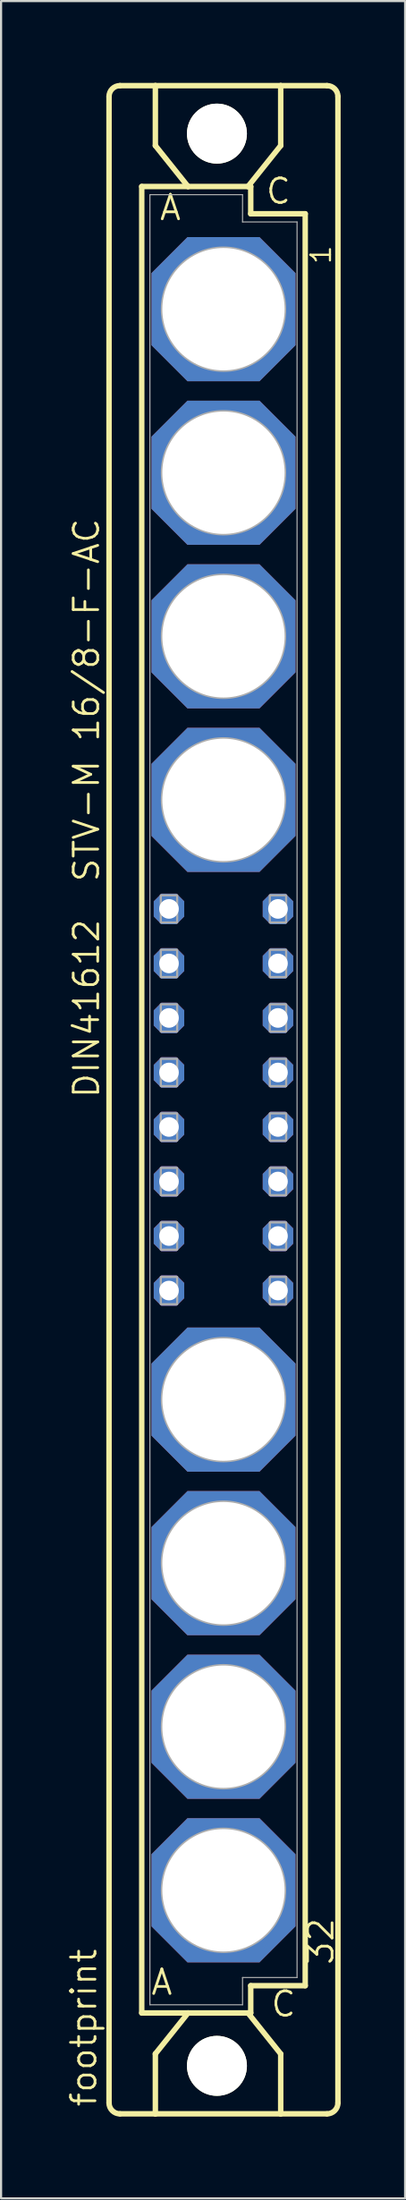
<source format=kicad_pcb>
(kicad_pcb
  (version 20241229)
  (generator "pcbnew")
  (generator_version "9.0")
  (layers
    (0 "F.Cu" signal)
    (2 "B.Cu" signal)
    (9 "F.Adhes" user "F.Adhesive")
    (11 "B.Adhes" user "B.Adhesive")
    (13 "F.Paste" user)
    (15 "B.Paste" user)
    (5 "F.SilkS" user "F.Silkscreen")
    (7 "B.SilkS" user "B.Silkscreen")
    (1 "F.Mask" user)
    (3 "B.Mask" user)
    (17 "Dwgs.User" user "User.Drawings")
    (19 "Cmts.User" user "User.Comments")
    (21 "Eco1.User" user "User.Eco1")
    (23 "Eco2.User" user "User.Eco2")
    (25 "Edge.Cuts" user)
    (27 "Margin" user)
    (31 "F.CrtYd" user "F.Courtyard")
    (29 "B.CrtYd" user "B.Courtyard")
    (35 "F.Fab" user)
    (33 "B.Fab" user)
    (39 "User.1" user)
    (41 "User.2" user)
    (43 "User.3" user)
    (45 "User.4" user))
  (footprint "footprint"
    (layer "F.Cu")
    (at 7.366 48.184)
    (property "Reference" "footprint" (at -5.842 46.99 90) (layer "F.SilkS") (effects (font (size 1.143 1.143) (thickness 0.127)) (justify left bottom)))
    (fp_line (start -5.334 46.736) (end -5.334 -46.736) (stroke (width 0.254) (type solid)) (layer "F.SilkS"))
    (fp_line (start -4.826 -47.244) (end -3.175 -47.244) (stroke (width 0.254) (type solid)) (layer "F.SilkS"))
    (fp_line (start -4.826 47.244) (end -3.175 47.244) (stroke (width 0.254) (type solid)) (layer "F.SilkS"))
    (fp_line (start -3.81 -42.545) (end -3.81 42.545) (stroke (width 0.254) (type solid)) (layer "F.SilkS"))
    (fp_line (start -3.81 42.545) (end -1.651 42.545) (stroke (width 0.254) (type solid)) (layer "F.SilkS"))
    (fp_line (start -3.175 -47.244) (end -3.175 -44.45) (stroke (width 0.254) (type solid)) (layer "F.SilkS"))
    (fp_line (start -3.175 47.244) (end -3.175 44.45) (stroke (width 0.254) (type solid)) (layer "F.SilkS"))
    (fp_line (start -3.175 47.244) (end 2.667 47.244) (stroke (width 0.254) (type solid)) (layer "F.SilkS"))
    (fp_line (start -1.651 -42.545) (end -3.81 -42.545) (stroke (width 0.254) (type solid)) (layer "F.SilkS"))
    (fp_line (start -1.651 -42.545) (end -3.175 -44.45) (stroke (width 0.254) (type solid)) (layer "F.SilkS"))
    (fp_line (start -1.651 42.545) (end -3.175 44.45) (stroke (width 0.254) (type solid)) (layer "F.SilkS"))
    (fp_line (start -1.651 42.545) (end 1.143 42.545) (stroke (width 0.254) (type solid)) (layer "F.SilkS"))
    (fp_line (start 1.143 -42.545) (end -1.651 -42.545) (stroke (width 0.254) (type solid)) (layer "F.SilkS"))
    (fp_line (start 1.143 -42.545) (end 2.667 -44.45) (stroke (width 0.254) (type solid)) (layer "F.SilkS"))
    (fp_line (start 1.143 42.545) (end 1.27 42.545) (stroke (width 0.254) (type solid)) (layer "F.SilkS"))
    (fp_line (start 1.143 42.545) (end 2.667 44.45) (stroke (width 0.254) (type solid)) (layer "F.SilkS"))
    (fp_line (start 1.27 -42.545) (end 1.143 -42.545) (stroke (width 0.254) (type solid)) (layer "F.SilkS"))
    (fp_line (start 1.27 -41.275) (end 1.27 -42.545) (stroke (width 0.254) (type solid)) (layer "F.SilkS"))
    (fp_line (start 1.27 41.275) (end 3.81 41.275) (stroke (width 0.254) (type solid)) (layer "F.SilkS"))
    (fp_line (start 1.27 42.545) (end 1.27 41.275) (stroke (width 0.254) (type solid)) (layer "F.SilkS"))
    (fp_line (start 2.667 -47.244) (end -3.175 -47.244) (stroke (width 0.254) (type solid)) (layer "F.SilkS"))
    (fp_line (start 2.667 -47.244) (end 2.667 -44.45) (stroke (width 0.254) (type solid)) (layer "F.SilkS"))
    (fp_line (start 2.667 47.244) (end 2.667 44.45) (stroke (width 0.254) (type solid)) (layer "F.SilkS"))
    (fp_line (start 2.667 47.244) (end 4.826 47.244) (stroke (width 0.254) (type solid)) (layer "F.SilkS"))
    (fp_line (start 3.81 -41.275) (end 1.27 -41.275) (stroke (width 0.254) (type solid)) (layer "F.SilkS"))
    (fp_line (start 3.81 41.275) (end 3.81 -41.275) (stroke (width 0.254) (type solid)) (layer "F.SilkS"))
    (fp_line (start 4.826 -47.244) (end 2.667 -47.244) (stroke (width 0.254) (type solid)) (layer "F.SilkS"))
    (fp_line (start 5.334 46.736) (end 5.334 -46.736) (stroke (width 0.254) (type solid)) (layer "F.SilkS"))
    (fp_arc (start -5.334 -46.736) (mid -5.18521 -47.09521) (end -4.826 -47.244) (stroke (width 0.254) (type solid)) (layer "F.SilkS"))
    (fp_arc (start -4.826 47.244) (mid -5.18521 47.09521) (end -5.334 46.736) (stroke (width 0.254) (type solid)) (layer "F.SilkS"))
    (fp_arc (start 4.826 -47.244) (mid 5.18521 -47.09521) (end 5.334 -46.736) (stroke (width 0.254) (type solid)) (layer "F.SilkS"))
    (fp_arc (start 5.334 46.736) (mid 5.18521 47.09521) (end 4.826 47.244) (stroke (width 0.254) (type solid)) (layer "F.SilkS"))
    (fp_circle (center -0.305 -45.009) (end 0.965 -45.009) (stroke (width 0.254) (type solid)) (fill no) (layer "F.SilkS"))
    (fp_circle (center -0.305 45.009) (end 0.965 45.009) (stroke (width 0.254) (type solid)) (fill no) (layer "F.SilkS"))
    (fp_line (start -3.429 -42.164) (end -3.429 42.164) (stroke (width 0.051) (type solid)) (layer "F.Fab"))
    (fp_line (start -3.429 -42.164) (end 0.889 -42.164) (stroke (width 0.051) (type solid)) (layer "F.Fab"))
    (fp_line (start -3.429 42.164) (end 0.889 42.164) (stroke (width 0.051) (type solid)) (layer "F.Fab"))
    (fp_line (start 0.889 -42.164) (end 0.889 -40.894) (stroke (width 0.051) (type solid)) (layer "F.Fab"))
    (fp_line (start 0.889 -40.894) (end 3.429 -40.894) (stroke (width 0.051) (type solid)) (layer "F.Fab"))
    (fp_line (start 0.889 40.894) (end 3.429 40.894) (stroke (width 0.051) (type solid)) (layer "F.Fab"))
    (fp_line (start 0.889 42.164) (end 0.889 40.894) (stroke (width 0.051) (type solid)) (layer "F.Fab"))
    (fp_line (start 3.429 -40.894) (end 3.429 40.894) (stroke (width 0.051) (type solid)) (layer "F.Fab"))
    (fp_circle (center 0 -36.83) (end 2.794 -36.83) (stroke (width 0.254) (type solid)) (fill no) (layer "F.Fab"))
    (fp_circle (center 0 -29.21) (end 2.794 -29.21) (stroke (width 0.254) (type solid)) (fill no) (layer "F.Fab"))
    (fp_circle (center 0 -21.59) (end 2.794 -21.59) (stroke (width 0.254) (type solid)) (fill no) (layer "F.Fab"))
    (fp_circle (center 0 -13.97) (end 2.794 -13.97) (stroke (width 0.254) (type solid)) (fill no) (layer "F.Fab"))
    (fp_circle (center 0 13.97) (end 2.794 13.97) (stroke (width 0.254) (type solid)) (fill no) (layer "F.Fab"))
    (fp_circle (center 0 21.59) (end 2.794 21.59) (stroke (width 0.254) (type solid)) (fill no) (layer "F.Fab"))
    (fp_circle (center 0 29.21) (end 2.794 29.21) (stroke (width 0.254) (type solid)) (fill no) (layer "F.Fab"))
    (fp_circle (center 0 36.83) (end 2.794 36.83) (stroke (width 0.254) (type solid)) (fill no) (layer "F.Fab"))
    (fp_poly (pts (xy -2.921 -8.255) (xy -2.159 -8.255) (xy -2.159 -9.525) (xy -2.921 -9.525)) (stroke (width 0.1) (type solid)) (fill no) (layer "F.Fab"))
    (fp_poly (pts (xy -2.921 -5.715) (xy -2.159 -5.715) (xy -2.159 -6.985) (xy -2.921 -6.985)) (stroke (width 0.1) (type solid)) (fill no) (layer "F.Fab"))
    (fp_poly (pts (xy -2.921 -3.175) (xy -2.159 -3.175) (xy -2.159 -4.445) (xy -2.921 -4.445)) (stroke (width 0.1) (type solid)) (fill no) (layer "F.Fab"))
    (fp_poly (pts (xy -2.921 -0.635) (xy -2.159 -0.635) (xy -2.159 -1.905) (xy -2.921 -1.905)) (stroke (width 0.1) (type solid)) (fill no) (layer "F.Fab"))
    (fp_poly (pts (xy -2.921 1.905) (xy -2.159 1.905) (xy -2.159 0.635) (xy -2.921 0.635)) (stroke (width 0.1) (type solid)) (fill no) (layer "F.Fab"))
    (fp_poly (pts (xy -2.921 4.445) (xy -2.159 4.445) (xy -2.159 3.175) (xy -2.921 3.175)) (stroke (width 0.1) (type solid)) (fill no) (layer "F.Fab"))
    (fp_poly (pts (xy -2.921 6.985) (xy -2.159 6.985) (xy -2.159 5.715) (xy -2.921 5.715)) (stroke (width 0.1) (type solid)) (fill no) (layer "F.Fab"))
    (fp_poly (pts (xy -2.921 9.525) (xy -2.159 9.525) (xy -2.159 8.255) (xy -2.921 8.255)) (stroke (width 0.1) (type solid)) (fill no) (layer "F.Fab"))
    (fp_poly (pts (xy 2.159 -8.255) (xy 2.921 -8.255) (xy 2.921 -9.525) (xy 2.159 -9.525)) (stroke (width 0.1) (type solid)) (fill no) (layer "F.Fab"))
    (fp_poly (pts (xy 2.159 -5.715) (xy 2.921 -5.715) (xy 2.921 -6.985) (xy 2.159 -6.985)) (stroke (width 0.1) (type solid)) (fill no) (layer "F.Fab"))
    (fp_poly (pts (xy 2.159 -3.175) (xy 2.921 -3.175) (xy 2.921 -4.445) (xy 2.159 -4.445)) (stroke (width 0.1) (type solid)) (fill no) (layer "F.Fab"))
    (fp_poly (pts (xy 2.159 -0.635) (xy 2.921 -0.635) (xy 2.921 -1.905) (xy 2.159 -1.905)) (stroke (width 0.1) (type solid)) (fill no) (layer "F.Fab"))
    (fp_poly (pts (xy 2.159 1.905) (xy 2.921 1.905) (xy 2.921 0.635) (xy 2.159 0.635)) (stroke (width 0.1) (type solid)) (fill no) (layer "F.Fab"))
    (fp_poly (pts (xy 2.159 4.445) (xy 2.921 4.445) (xy 2.921 3.175) (xy 2.159 3.175)) (stroke (width 0.1) (type solid)) (fill no) (layer "F.Fab"))
    (fp_poly (pts (xy 2.159 6.985) (xy 2.921 6.985) (xy 2.921 5.715) (xy 2.159 5.715)) (stroke (width 0.1) (type solid)) (fill no) (layer "F.Fab"))
    (fp_poly (pts (xy 2.159 9.525) (xy 2.921 9.525) (xy 2.921 8.255) (xy 2.159 8.255)) (stroke (width 0.1) (type solid)) (fill no) (layer "F.Fab"))
    (fp_text user "DIN41612  STV-M 16/8-F-AC" (at -5.715 0 90) (layer "F.SilkS") (effects (font (size 1.143 1.143) (thickness 0.127)) (justify left bottom)))
    (fp_text user "A" (at -3.048 -40.894 0) (layer "F.SilkS") (effects (font (size 1.143 1.143) (thickness 0.127)) (justify left bottom)))
    (fp_text user "1" (at 5.08 -38.862 90) (layer "F.SilkS") (effects (font (size 0.914 0.914) (thickness 0.102)) (justify left bottom)))
    (fp_text user " A " (at -4.318 41.783 0) (layer "F.SilkS") (effects (font (size 1.143 1.143) (thickness 0.127)) (justify left bottom)))
    (fp_text user "C" (at 1.905 -41.656 0) (layer "F.SilkS") (effects (font (size 1.143 1.143) (thickness 0.127)) (justify left bottom)))
    (fp_text user "32" (at 5.207 40.386 90) (layer "F.SilkS") (effects (font (size 1.143 1.143) (thickness 0.127)) (justify left bottom)))
    (fp_text user " C " (at 1.27 42.799 0) (layer "F.SilkS") (effects (font (size 1.143 1.143) (thickness 0.127)) (justify left bottom)))
    (pad "" np_thru_hole circle (at -0.305 -45.009) (size 2.794 2.794) (drill 2.794) (layers "*.Cu" "*.Mask"))
    (pad "" np_thru_hole circle (at -0.305 45.009) (size 2.794 2.794) (drill 2.794) (layers "*.Cu" "*.Mask"))
    (pad "1" thru_hole roundrect (at 0 -36.83) (size 6.716 6.716) (drill 5.7) (layers "*.Cu" "*.Mask") (roundrect_rratio 0.25) (chamfer_ratio 0.25) (chamfer top_left top_right bottom_left bottom_right))
    (pad "2" thru_hole roundrect (at 0 -29.21) (size 6.716 6.716) (drill 5.7) (layers "*.Cu" "*.Mask") (roundrect_rratio 0.25) (chamfer_ratio 0.25) (chamfer top_left top_right bottom_left bottom_right))
    (pad "3" thru_hole roundrect (at 0 -21.59) (size 6.716 6.716) (drill 5.7) (layers "*.Cu" "*.Mask") (roundrect_rratio 0.25) (chamfer_ratio 0.25) (chamfer top_left top_right bottom_left bottom_right))
    (pad "4" thru_hole roundrect (at 0 -13.97) (size 6.716 6.716) (drill 5.7) (layers "*.Cu" "*.Mask") (roundrect_rratio 0.25) (chamfer_ratio 0.25) (chamfer top_left top_right bottom_left bottom_right))
    (pad "5" thru_hole roundrect (at 0 13.97) (size 6.716 6.716) (drill 5.7) (layers "*.Cu" "*.Mask") (roundrect_rratio 0.25) (chamfer_ratio 0.25) (chamfer top_left top_right bottom_left bottom_right))
    (pad "6" thru_hole roundrect (at 0 21.59) (size 6.716 6.716) (drill 5.7) (layers "*.Cu" "*.Mask") (roundrect_rratio 0.25) (chamfer_ratio 0.25) (chamfer top_left top_right bottom_left bottom_right))
    (pad "7" thru_hole roundrect (at 0 29.21) (size 6.716 6.716) (drill 5.7) (layers "*.Cu" "*.Mask") (roundrect_rratio 0.25) (chamfer_ratio 0.25) (chamfer top_left top_right bottom_left bottom_right))
    (pad "8" thru_hole roundrect (at 0 36.83) (size 6.716 6.716) (drill 5.7) (layers "*.Cu" "*.Mask") (roundrect_rratio 0.25) (chamfer_ratio 0.25) (chamfer top_left top_right bottom_left bottom_right))
    (pad "A13" thru_hole roundrect (at -2.54 -8.89) (size 1.422 1.422) (drill 0.914) (layers "*.Cu" "*.Mask") (roundrect_rratio 0.25) (chamfer_ratio 0.25) (chamfer top_left top_right bottom_left bottom_right))
    (pad "A14" thru_hole roundrect (at -2.54 -6.35) (size 1.422 1.422) (drill 0.914) (layers "*.Cu" "*.Mask") (roundrect_rratio 0.25) (chamfer_ratio 0.25) (chamfer top_left top_right bottom_left bottom_right))
    (pad "A15" thru_hole roundrect (at -2.54 -3.81) (size 1.422 1.422) (drill 0.914) (layers "*.Cu" "*.Mask") (roundrect_rratio 0.25) (chamfer_ratio 0.25) (chamfer top_left top_right bottom_left bottom_right))
    (pad "A16" thru_hole roundrect (at -2.54 -1.27) (size 1.422 1.422) (drill 0.914) (layers "*.Cu" "*.Mask") (roundrect_rratio 0.25) (chamfer_ratio 0.25) (chamfer top_left top_right bottom_left bottom_right))
    (pad "A17" thru_hole roundrect (at -2.54 1.27) (size 1.422 1.422) (drill 0.914) (layers "*.Cu" "*.Mask") (roundrect_rratio 0.25) (chamfer_ratio 0.25) (chamfer top_left top_right bottom_left bottom_right))
    (pad "A18" thru_hole roundrect (at -2.54 3.81) (size 1.422 1.422) (drill 0.914) (layers "*.Cu" "*.Mask") (roundrect_rratio 0.25) (chamfer_ratio 0.25) (chamfer top_left top_right bottom_left bottom_right))
    (pad "A19" thru_hole roundrect (at -2.54 6.35) (size 1.422 1.422) (drill 0.914) (layers "*.Cu" "*.Mask") (roundrect_rratio 0.25) (chamfer_ratio 0.25) (chamfer top_left top_right bottom_left bottom_right))
    (pad "A20" thru_hole roundrect (at -2.54 8.89) (size 1.422 1.422) (drill 0.914) (layers "*.Cu" "*.Mask") (roundrect_rratio 0.25) (chamfer_ratio 0.25) (chamfer top_left top_right bottom_left bottom_right))
    (pad "C13" thru_hole roundrect (at 2.54 -8.89) (size 1.422 1.422) (drill 0.914) (layers "*.Cu" "*.Mask") (roundrect_rratio 0.25) (chamfer_ratio 0.25) (chamfer top_left top_right bottom_left bottom_right))
    (pad "C14" thru_hole roundrect (at 2.54 -6.35) (size 1.422 1.422) (drill 0.914) (layers "*.Cu" "*.Mask") (roundrect_rratio 0.25) (chamfer_ratio 0.25) (chamfer top_left top_right bottom_left bottom_right))
    (pad "C15" thru_hole roundrect (at 2.54 -3.81) (size 1.422 1.422) (drill 0.914) (layers "*.Cu" "*.Mask") (roundrect_rratio 0.25) (chamfer_ratio 0.25) (chamfer top_left top_right bottom_left bottom_right))
    (pad "C16" thru_hole roundrect (at 2.54 -1.27) (size 1.422 1.422) (drill 0.914) (layers "*.Cu" "*.Mask") (roundrect_rratio 0.25) (chamfer_ratio 0.25) (chamfer top_left top_right bottom_left bottom_right))
    (pad "C17" thru_hole roundrect (at 2.54 1.27) (size 1.422 1.422) (drill 0.914) (layers "*.Cu" "*.Mask") (roundrect_rratio 0.25) (chamfer_ratio 0.25) (chamfer top_left top_right bottom_left bottom_right))
    (pad "C18" thru_hole roundrect (at 2.54 3.81) (size 1.422 1.422) (drill 0.914) (layers "*.Cu" "*.Mask") (roundrect_rratio 0.25) (chamfer_ratio 0.25) (chamfer top_left top_right bottom_left bottom_right))
    (pad "C19" thru_hole roundrect (at 2.54 6.35) (size 1.422 1.422) (drill 0.914) (layers "*.Cu" "*.Mask") (roundrect_rratio 0.25) (chamfer_ratio 0.25) (chamfer top_left top_right bottom_left bottom_right))
    (pad "C20" thru_hole roundrect (at 2.54 8.89) (size 1.422 1.422) (drill 0.914) (layers "*.Cu" "*.Mask") (roundrect_rratio 0.25) (chamfer_ratio 0.25) (chamfer top_left top_right bottom_left bottom_right))
    (zone (net_name "") (layers "F.Cu" "B.Cu") (hatch edge 0.508) (connect_pads) (min_thickness 0.254) (filled_areas_thickness no) (keepout (tracks allowed) (vias not_allowed) (pads allowed) (copperpour allowed) (footprints allowed)) (placement (enabled no)) (fill) (polygon (pts (xy 10.236 3.175) (xy 10.188 2.624) (xy 10.045 2.089) (xy 9.811 1.587) (xy 9.493 1.134) (xy 9.102 0.743) (xy 8.649 0.425) (xy 8.147 0.191) (xy 7.613 0.048) (xy 7.061 0) (xy 6.51 0.048) (xy 5.975 0.191) (xy 5.474 0.425) (xy 5.02 0.743) (xy 4.629 1.134) (xy 4.312 1.587) (xy 4.078 2.089) (xy 3.934 2.624) (xy 3.886 3.175) (xy 3.934 3.726) (xy 4.078 4.261) (xy 4.312 4.763) (xy 4.629 5.216) (xy 5.02 5.607) (xy 5.474 5.925) (xy 5.975 6.159) (xy 6.51 6.302) (xy 7.061 6.35) (xy 7.613 6.302) (xy 8.147 6.159) (xy 8.649 5.925) (xy 9.102 5.607) (xy 9.493 5.216) (xy 9.811 4.763) (xy 10.045 4.261) (xy 10.188 3.726))) (polygon (pts (xy 8.458 3.175) (xy 8.437 2.932) (xy 8.374 2.697) (xy 8.271 2.477) (xy 8.131 2.277) (xy 7.959 2.105) (xy 7.76 1.965) (xy 7.539 1.862) (xy 7.304 1.799) (xy 7.061 1.778) (xy 6.819 1.799) (xy 6.583 1.862) (xy 6.363 1.965) (xy 6.163 2.105) (xy 5.991 2.277) (xy 5.851 2.477) (xy 5.748 2.697) (xy 5.685 2.932) (xy 5.664 3.175) (xy 5.685 3.418) (xy 5.748 3.653) (xy 5.851 3.873) (xy 5.991 4.073) (xy 6.163 4.245) (xy 6.363 4.385) (xy 6.583 4.488) (xy 6.819 4.551) (xy 7.061 4.572) (xy 7.304 4.551) (xy 7.539 4.488) (xy 7.76 4.385) (xy 7.959 4.245) (xy 8.131 4.073) (xy 8.271 3.873) (xy 8.374 3.653) (xy 8.437 3.418))))
    (zone (net_name "") (layers "F.Cu" "B.Cu") (hatch edge 0.508) (connect_pads) (min_thickness 0.254) (filled_areas_thickness no) (keepout (tracks allowed) (vias not_allowed) (pads allowed) (copperpour allowed) (footprints allowed)) (placement (enabled no)) (fill) (polygon (pts (xy 10.236 93.193) (xy 10.188 92.641) (xy 10.045 92.107) (xy 9.811 91.605) (xy 9.493 91.152) (xy 9.102 90.76) (xy 8.649 90.443) (xy 8.147 90.209) (xy 7.613 90.066) (xy 7.061 90.018) (xy 6.51 90.066) (xy 5.975 90.209) (xy 5.474 90.443) (xy 5.02 90.76) (xy 4.629 91.152) (xy 4.312 91.605) (xy 4.078 92.107) (xy 3.934 92.641) (xy 3.886 93.193) (xy 3.934 93.744) (xy 4.078 94.279) (xy 4.312 94.78) (xy 4.629 95.233) (xy 5.02 95.625) (xy 5.474 95.942) (xy 5.975 96.176) (xy 6.51 96.319) (xy 7.061 96.368) (xy 7.613 96.319) (xy 8.147 96.176) (xy 8.649 95.942) (xy 9.102 95.625) (xy 9.493 95.233) (xy 9.811 94.78) (xy 10.045 94.279) (xy 10.188 93.744))) (polygon (pts (xy 8.458 93.193) (xy 8.437 92.95) (xy 8.374 92.715) (xy 8.271 92.494) (xy 8.131 92.295) (xy 7.959 92.122) (xy 7.76 91.983) (xy 7.539 91.88) (xy 7.304 91.817) (xy 7.061 91.796) (xy 6.819 91.817) (xy 6.583 91.88) (xy 6.363 91.983) (xy 6.163 92.122) (xy 5.991 92.295) (xy 5.851 92.494) (xy 5.748 92.715) (xy 5.685 92.95) (xy 5.664 93.193) (xy 5.685 93.435) (xy 5.748 93.67) (xy 5.851 93.891) (xy 5.991 94.091) (xy 6.163 94.263) (xy 6.363 94.402) (xy 6.583 94.505) (xy 6.819 94.568) (xy 7.061 94.59) (xy 7.304 94.568) (xy 7.539 94.505) (xy 7.76 94.402) (xy 7.959 94.263) (xy 8.131 94.091) (xy 8.271 93.891) (xy 8.374 93.67) (xy 8.437 93.435))))
    (zone (net_name "") (layer "B.Cu") (hatch edge 0.508) (connect_pads) (min_thickness 0.254) (filled_areas_thickness no) (keepout (tracks not_allowed) (vias not_allowed) (pads not_allowed) (copperpour not_allowed) (footprints allowed)) (placement (enabled no)) (fill) (polygon (pts (xy 10.236 3.175) (xy 10.188 2.624) (xy 10.045 2.089) (xy 9.811 1.587) (xy 9.493 1.134) (xy 9.102 0.743) (xy 8.649 0.425) (xy 8.147 0.191) (xy 7.613 0.048) (xy 7.061 0) (xy 6.51 0.048) (xy 5.975 0.191) (xy 5.474 0.425) (xy 5.02 0.743) (xy 4.629 1.134) (xy 4.312 1.587) (xy 4.078 2.089) (xy 3.934 2.624) (xy 3.886 3.175) (xy 3.934 3.726) (xy 4.078 4.261) (xy 4.312 4.763) (xy 4.629 5.216) (xy 5.02 5.607) (xy 5.474 5.925) (xy 5.975 6.159) (xy 6.51 6.302) (xy 7.061 6.35) (xy 7.613 6.302) (xy 8.147 6.159) (xy 8.649 5.925) (xy 9.102 5.607) (xy 9.493 5.216) (xy 9.811 4.763) (xy 10.045 4.261) (xy 10.188 3.726))) (polygon (pts (xy 8.458 3.175) (xy 8.437 2.932) (xy 8.374 2.697) (xy 8.271 2.477) (xy 8.131 2.277) (xy 7.959 2.105) (xy 7.76 1.965) (xy 7.539 1.862) (xy 7.304 1.799) (xy 7.061 1.778) (xy 6.819 1.799) (xy 6.583 1.862) (xy 6.363 1.965) (xy 6.163 2.105) (xy 5.991 2.277) (xy 5.851 2.477) (xy 5.748 2.697) (xy 5.685 2.932) (xy 5.664 3.175) (xy 5.685 3.418) (xy 5.748 3.653) (xy 5.851 3.873) (xy 5.991 4.073) (xy 6.163 4.245) (xy 6.363 4.385) (xy 6.583 4.488) (xy 6.819 4.551) (xy 7.061 4.572) (xy 7.304 4.551) (xy 7.539 4.488) (xy 7.76 4.385) (xy 7.959 4.245) (xy 8.131 4.073) (xy 8.271 3.873) (xy 8.374 3.653) (xy 8.437 3.418))))
    (zone (net_name "") (layer "B.Cu") (hatch edge 0.508) (connect_pads) (min_thickness 0.254) (filled_areas_thickness no) (keepout (tracks not_allowed) (vias not_allowed) (pads not_allowed) (copperpour not_allowed) (footprints allowed)) (placement (enabled no)) (fill) (polygon (pts (xy 10.236 93.193) (xy 10.188 92.641) (xy 10.045 92.107) (xy 9.811 91.605) (xy 9.493 91.152) (xy 9.102 90.76) (xy 8.649 90.443) (xy 8.147 90.209) (xy 7.613 90.066) (xy 7.061 90.018) (xy 6.51 90.066) (xy 5.975 90.209) (xy 5.474 90.443) (xy 5.02 90.76) (xy 4.629 91.152) (xy 4.312 91.605) (xy 4.078 92.107) (xy 3.934 92.641) (xy 3.886 93.193) (xy 3.934 93.744) (xy 4.078 94.279) (xy 4.312 94.78) (xy 4.629 95.233) (xy 5.02 95.625) (xy 5.474 95.942) (xy 5.975 96.176) (xy 6.51 96.319) (xy 7.061 96.368) (xy 7.613 96.319) (xy 8.147 96.176) (xy 8.649 95.942) (xy 9.102 95.625) (xy 9.493 95.233) (xy 9.811 94.78) (xy 10.045 94.279) (xy 10.188 93.744))) (polygon (pts (xy 8.458 93.193) (xy 8.437 92.95) (xy 8.374 92.715) (xy 8.271 92.494) (xy 8.131 92.295) (xy 7.959 92.122) (xy 7.76 91.983) (xy 7.539 91.88) (xy 7.304 91.817) (xy 7.061 91.796) (xy 6.819 91.817) (xy 6.583 91.88) (xy 6.363 91.983) (xy 6.163 92.122) (xy 5.991 92.295) (xy 5.851 92.494) (xy 5.748 92.715) (xy 5.685 92.95) (xy 5.664 93.193) (xy 5.685 93.435) (xy 5.748 93.67) (xy 5.851 93.891) (xy 5.991 94.091) (xy 6.163 94.263) (xy 6.363 94.402) (xy 6.583 94.505) (xy 6.819 94.568) (xy 7.061 94.59) (xy 7.304 94.568) (xy 7.539 94.505) (xy 7.76 94.402) (xy 7.959 94.263) (xy 8.131 94.091) (xy 8.271 93.891) (xy 8.374 93.67) (xy 8.437 93.435)))))
  (gr_rect
    (start -3 -3)
    (end 15.832 99.368)
    (stroke (width 0.1) (type default))
    (fill no)
    (layer "Edge.Cuts")))
</source>
